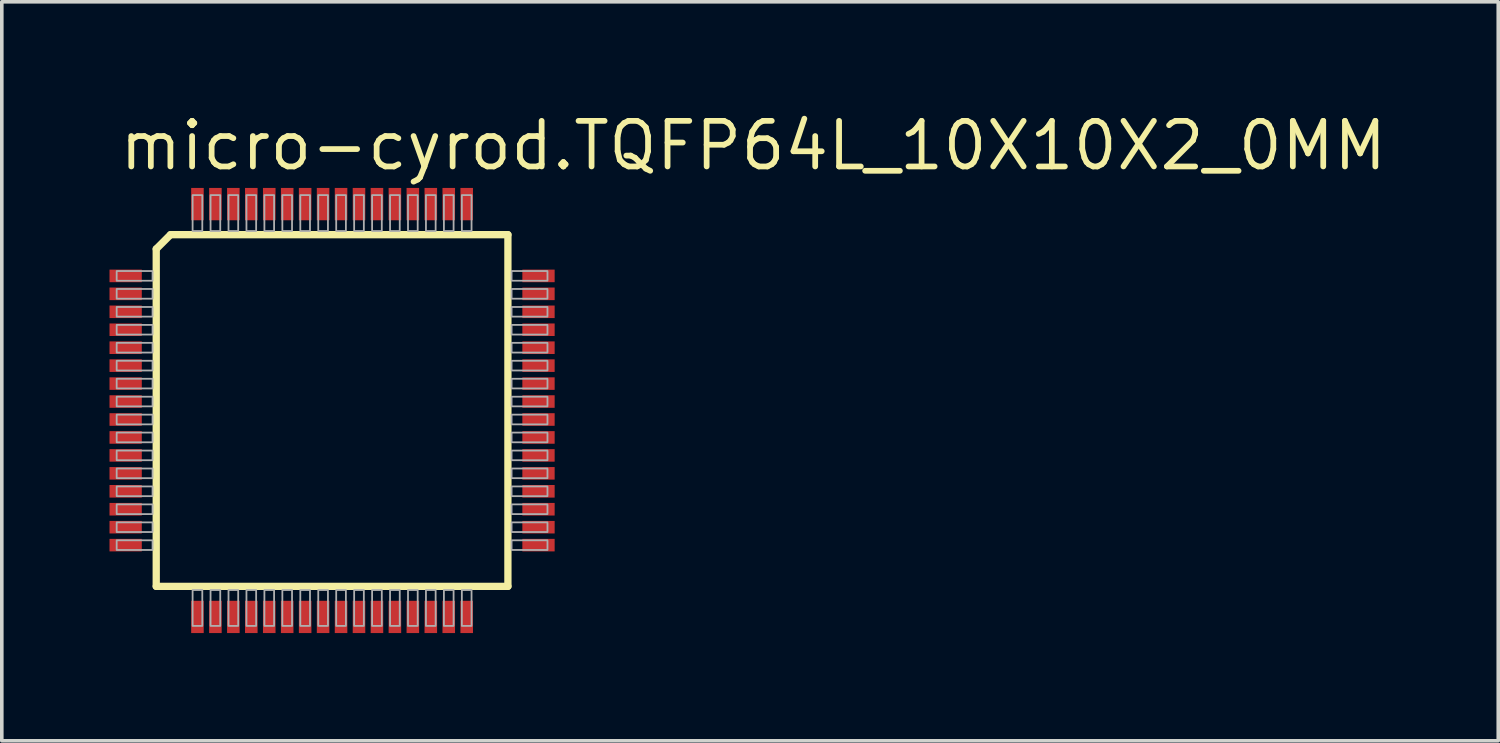
<source format=kicad_pcb>
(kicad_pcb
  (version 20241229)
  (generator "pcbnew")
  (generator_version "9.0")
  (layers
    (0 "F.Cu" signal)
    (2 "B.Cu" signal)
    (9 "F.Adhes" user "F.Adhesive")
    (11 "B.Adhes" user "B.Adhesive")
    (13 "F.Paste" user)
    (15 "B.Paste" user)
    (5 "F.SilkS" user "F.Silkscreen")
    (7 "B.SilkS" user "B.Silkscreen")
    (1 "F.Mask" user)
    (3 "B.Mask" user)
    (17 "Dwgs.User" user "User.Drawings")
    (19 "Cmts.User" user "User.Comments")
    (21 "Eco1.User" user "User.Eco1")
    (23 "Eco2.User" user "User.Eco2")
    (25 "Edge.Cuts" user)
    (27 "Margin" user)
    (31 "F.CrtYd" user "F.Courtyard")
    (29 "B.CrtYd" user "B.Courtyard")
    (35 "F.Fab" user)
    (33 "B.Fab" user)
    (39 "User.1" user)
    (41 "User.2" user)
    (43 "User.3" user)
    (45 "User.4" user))
  (footprint "micro-cyrod.TQFP64L_10X10X2_0MM"
    (layer "F.Cu")
    (at 6.2 8.385)
    (property "Reference" "micro-cyrod.TQFP64L_10X10X2_0MM" (at -6 -6.635 0) (layer "F.SilkS") (effects (font (size 1.27 1.27) (thickness 0.16)) (justify left bottom)))
    (attr smd)
    (fp_line (start -4.898 -4.5) (end -4.898 4.898) (stroke (width 0.203) (type default)) (layer "F.SilkS"))
    (fp_line (start -4.898 -4.5) (end -4.5 -4.898) (stroke (width 0.203) (type default)) (layer "F.SilkS"))
    (fp_line (start -4.898 4.898) (end 4.898 4.898) (stroke (width 0.203) (type default)) (layer "F.SilkS"))
    (fp_line (start 4.898 -4.898) (end -4.5 -4.898) (stroke (width 0.203) (type default)) (layer "F.SilkS"))
    (fp_line (start 4.898 4.898) (end 4.898 -4.898) (stroke (width 0.203) (type default)) (layer "F.SilkS"))
    (fp_rect (start -6 -3.615) (end -5 -3.885) (stroke (width 0.05) (type default)) (fill no) (layer "F.Fab"))
    (fp_rect (start -6 -3.115) (end -5 -3.385) (stroke (width 0.05) (type default)) (fill no) (layer "F.Fab"))
    (fp_rect (start -6 -2.615) (end -5 -2.885) (stroke (width 0.05) (type default)) (fill no) (layer "F.Fab"))
    (fp_rect (start -6 -2.115) (end -5 -2.385) (stroke (width 0.05) (type default)) (fill no) (layer "F.Fab"))
    (fp_rect (start -6 -1.615) (end -5 -1.885) (stroke (width 0.05) (type default)) (fill no) (layer "F.Fab"))
    (fp_rect (start -6 -1.115) (end -5 -1.385) (stroke (width 0.05) (type default)) (fill no) (layer "F.Fab"))
    (fp_rect (start -6 -0.615) (end -5 -0.885) (stroke (width 0.05) (type default)) (fill no) (layer "F.Fab"))
    (fp_rect (start -6 -0.115) (end -5 -0.385) (stroke (width 0.05) (type default)) (fill no) (layer "F.Fab"))
    (fp_rect (start -6 0.385) (end -5 0.115) (stroke (width 0.05) (type default)) (fill no) (layer "F.Fab"))
    (fp_rect (start -6 0.885) (end -5 0.615) (stroke (width 0.05) (type default)) (fill no) (layer "F.Fab"))
    (fp_rect (start -6 1.385) (end -5 1.115) (stroke (width 0.05) (type default)) (fill no) (layer "F.Fab"))
    (fp_rect (start -6 1.885) (end -5 1.615) (stroke (width 0.05) (type default)) (fill no) (layer "F.Fab"))
    (fp_rect (start -6 2.385) (end -5 2.115) (stroke (width 0.05) (type default)) (fill no) (layer "F.Fab"))
    (fp_rect (start -6 2.885) (end -5 2.615) (stroke (width 0.05) (type default)) (fill no) (layer "F.Fab"))
    (fp_rect (start -6 3.385) (end -5 3.115) (stroke (width 0.05) (type default)) (fill no) (layer "F.Fab"))
    (fp_rect (start -6 3.885) (end -5 3.615) (stroke (width 0.05) (type default)) (fill no) (layer "F.Fab"))
    (fp_rect (start -3.885 -5) (end -3.615 -6) (stroke (width 0.05) (type default)) (fill no) (layer "F.Fab"))
    (fp_rect (start -3.885 6) (end -3.615 5) (stroke (width 0.05) (type default)) (fill no) (layer "F.Fab"))
    (fp_rect (start -3.385 -5) (end -3.115 -6) (stroke (width 0.05) (type default)) (fill no) (layer "F.Fab"))
    (fp_rect (start -3.385 6) (end -3.115 5) (stroke (width 0.05) (type default)) (fill no) (layer "F.Fab"))
    (fp_rect (start -2.885 -5) (end -2.615 -6) (stroke (width 0.05) (type default)) (fill no) (layer "F.Fab"))
    (fp_rect (start -2.885 6) (end -2.615 5) (stroke (width 0.05) (type default)) (fill no) (layer "F.Fab"))
    (fp_rect (start -2.385 -5) (end -2.115 -6) (stroke (width 0.05) (type default)) (fill no) (layer "F.Fab"))
    (fp_rect (start -2.385 6) (end -2.115 5) (stroke (width 0.05) (type default)) (fill no) (layer "F.Fab"))
    (fp_rect (start -1.885 -5) (end -1.615 -6) (stroke (width 0.05) (type default)) (fill no) (layer "F.Fab"))
    (fp_rect (start -1.885 6) (end -1.615 5) (stroke (width 0.05) (type default)) (fill no) (layer "F.Fab"))
    (fp_rect (start -1.385 -5) (end -1.115 -6) (stroke (width 0.05) (type default)) (fill no) (layer "F.Fab"))
    (fp_rect (start -1.385 6) (end -1.115 5) (stroke (width 0.05) (type default)) (fill no) (layer "F.Fab"))
    (fp_rect (start -0.885 -5) (end -0.615 -6) (stroke (width 0.05) (type default)) (fill no) (layer "F.Fab"))
    (fp_rect (start -0.885 6) (end -0.615 5) (stroke (width 0.05) (type default)) (fill no) (layer "F.Fab"))
    (fp_rect (start -0.385 -5) (end -0.115 -6) (stroke (width 0.05) (type default)) (fill no) (layer "F.Fab"))
    (fp_rect (start -0.385 6) (end -0.115 5) (stroke (width 0.05) (type default)) (fill no) (layer "F.Fab"))
    (fp_rect (start 0.115 -5) (end 0.385 -6) (stroke (width 0.05) (type default)) (fill no) (layer "F.Fab"))
    (fp_rect (start 0.115 6) (end 0.385 5) (stroke (width 0.05) (type default)) (fill no) (layer "F.Fab"))
    (fp_rect (start 0.615 -5) (end 0.885 -6) (stroke (width 0.05) (type default)) (fill no) (layer "F.Fab"))
    (fp_rect (start 0.615 6) (end 0.885 5) (stroke (width 0.05) (type default)) (fill no) (layer "F.Fab"))
    (fp_rect (start 1.115 -5) (end 1.385 -6) (stroke (width 0.05) (type default)) (fill no) (layer "F.Fab"))
    (fp_rect (start 1.115 6) (end 1.385 5) (stroke (width 0.05) (type default)) (fill no) (layer "F.Fab"))
    (fp_rect (start 1.615 -5) (end 1.885 -6) (stroke (width 0.05) (type default)) (fill no) (layer "F.Fab"))
    (fp_rect (start 1.615 6) (end 1.885 5) (stroke (width 0.05) (type default)) (fill no) (layer "F.Fab"))
    (fp_rect (start 2.115 -5) (end 2.385 -6) (stroke (width 0.05) (type default)) (fill no) (layer "F.Fab"))
    (fp_rect (start 2.115 6) (end 2.385 5) (stroke (width 0.05) (type default)) (fill no) (layer "F.Fab"))
    (fp_rect (start 2.615 -5) (end 2.885 -6) (stroke (width 0.05) (type default)) (fill no) (layer "F.Fab"))
    (fp_rect (start 2.615 6) (end 2.885 5) (stroke (width 0.05) (type default)) (fill no) (layer "F.Fab"))
    (fp_rect (start 3.115 -5) (end 3.385 -6) (stroke (width 0.05) (type default)) (fill no) (layer "F.Fab"))
    (fp_rect (start 3.115 6) (end 3.385 5) (stroke (width 0.05) (type default)) (fill no) (layer "F.Fab"))
    (fp_rect (start 3.615 -5) (end 3.885 -6) (stroke (width 0.05) (type default)) (fill no) (layer "F.Fab"))
    (fp_rect (start 3.615 6) (end 3.885 5) (stroke (width 0.05) (type default)) (fill no) (layer "F.Fab"))
    (fp_rect (start 5 -3.615) (end 6 -3.885) (stroke (width 0.05) (type default)) (fill no) (layer "F.Fab"))
    (fp_rect (start 5 -3.115) (end 6 -3.385) (stroke (width 0.05) (type default)) (fill no) (layer "F.Fab"))
    (fp_rect (start 5 -2.615) (end 6 -2.885) (stroke (width 0.05) (type default)) (fill no) (layer "F.Fab"))
    (fp_rect (start 5 -2.115) (end 6 -2.385) (stroke (width 0.05) (type default)) (fill no) (layer "F.Fab"))
    (fp_rect (start 5 -1.615) (end 6 -1.885) (stroke (width 0.05) (type default)) (fill no) (layer "F.Fab"))
    (fp_rect (start 5 -1.115) (end 6 -1.385) (stroke (width 0.05) (type default)) (fill no) (layer "F.Fab"))
    (fp_rect (start 5 -0.615) (end 6 -0.885) (stroke (width 0.05) (type default)) (fill no) (layer "F.Fab"))
    (fp_rect (start 5 -0.115) (end 6 -0.385) (stroke (width 0.05) (type default)) (fill no) (layer "F.Fab"))
    (fp_rect (start 5 0.385) (end 6 0.115) (stroke (width 0.05) (type default)) (fill no) (layer "F.Fab"))
    (fp_rect (start 5 0.885) (end 6 0.615) (stroke (width 0.05) (type default)) (fill no) (layer "F.Fab"))
    (fp_rect (start 5 1.385) (end 6 1.115) (stroke (width 0.05) (type default)) (fill no) (layer "F.Fab"))
    (fp_rect (start 5 1.885) (end 6 1.615) (stroke (width 0.05) (type default)) (fill no) (layer "F.Fab"))
    (fp_rect (start 5 2.385) (end 6 2.115) (stroke (width 0.05) (type default)) (fill no) (layer "F.Fab"))
    (fp_rect (start 5 2.885) (end 6 2.615) (stroke (width 0.05) (type default)) (fill no) (layer "F.Fab"))
    (fp_rect (start 5 3.385) (end 6 3.115) (stroke (width 0.05) (type default)) (fill no) (layer "F.Fab"))
    (fp_rect (start 5 3.885) (end 6 3.615) (stroke (width 0.05) (type default)) (fill no) (layer "F.Fab"))
    (pad "1" smd roundrect (at -5.75 -3.75) (size 0.9 0.35) (layers "F.Cu" "F.Mask" "F.Paste") (roundrect_rratio 0.01))
    (pad "2" smd roundrect (at -5.75 -3.25) (size 0.9 0.35) (layers "F.Cu" "F.Mask" "F.Paste") (roundrect_rratio 0.01))
    (pad "3" smd roundrect (at -5.75 -2.75) (size 0.9 0.35) (layers "F.Cu" "F.Mask" "F.Paste") (roundrect_rratio 0.01))
    (pad "4" smd roundrect (at -5.75 -2.25) (size 0.9 0.35) (layers "F.Cu" "F.Mask" "F.Paste") (roundrect_rratio 0.01))
    (pad "5" smd roundrect (at -5.75 -1.75) (size 0.9 0.35) (layers "F.Cu" "F.Mask" "F.Paste") (roundrect_rratio 0.01))
    (pad "6" smd roundrect (at -5.75 -1.25) (size 0.9 0.35) (layers "F.Cu" "F.Mask" "F.Paste") (roundrect_rratio 0.01))
    (pad "7" smd roundrect (at -5.75 -0.75) (size 0.9 0.35) (layers "F.Cu" "F.Mask" "F.Paste") (roundrect_rratio 0.01))
    (pad "8" smd roundrect (at -5.75 -0.25) (size 0.9 0.35) (layers "F.Cu" "F.Mask" "F.Paste") (roundrect_rratio 0.01))
    (pad "9" smd roundrect (at -5.75 0.25) (size 0.9 0.35) (layers "F.Cu" "F.Mask" "F.Paste") (roundrect_rratio 0.01))
    (pad "10" smd roundrect (at -5.75 0.75) (size 0.9 0.35) (layers "F.Cu" "F.Mask" "F.Paste") (roundrect_rratio 0.01))
    (pad "11" smd roundrect (at -5.75 1.25) (size 0.9 0.35) (layers "F.Cu" "F.Mask" "F.Paste") (roundrect_rratio 0.01))
    (pad "12" smd roundrect (at -5.75 1.75) (size 0.9 0.35) (layers "F.Cu" "F.Mask" "F.Paste") (roundrect_rratio 0.01))
    (pad "13" smd roundrect (at -5.75 2.25) (size 0.9 0.35) (layers "F.Cu" "F.Mask" "F.Paste") (roundrect_rratio 0.01))
    (pad "14" smd roundrect (at -5.75 2.75) (size 0.9 0.35) (layers "F.Cu" "F.Mask" "F.Paste") (roundrect_rratio 0.01))
    (pad "15" smd roundrect (at -5.75 3.25) (size 0.9 0.35) (layers "F.Cu" "F.Mask" "F.Paste") (roundrect_rratio 0.01))
    (pad "16" smd roundrect (at -5.75 3.75) (size 0.9 0.35) (layers "F.Cu" "F.Mask" "F.Paste") (roundrect_rratio 0.01))
    (pad "17" smd roundrect (at -3.75 5.75) (size 0.35 0.9) (layers "F.Cu" "F.Mask" "F.Paste") (roundrect_rratio 0.01))
    (pad "18" smd roundrect (at -3.25 5.75) (size 0.35 0.9) (layers "F.Cu" "F.Mask" "F.Paste") (roundrect_rratio 0.01))
    (pad "19" smd roundrect (at -2.75 5.75) (size 0.35 0.9) (layers "F.Cu" "F.Mask" "F.Paste") (roundrect_rratio 0.01))
    (pad "20" smd roundrect (at -2.25 5.75) (size 0.35 0.9) (layers "F.Cu" "F.Mask" "F.Paste") (roundrect_rratio 0.01))
    (pad "21" smd roundrect (at -1.75 5.75) (size 0.35 0.9) (layers "F.Cu" "F.Mask" "F.Paste") (roundrect_rratio 0.01))
    (pad "22" smd roundrect (at -1.25 5.75) (size 0.35 0.9) (layers "F.Cu" "F.Mask" "F.Paste") (roundrect_rratio 0.01))
    (pad "23" smd roundrect (at -0.75 5.75) (size 0.35 0.9) (layers "F.Cu" "F.Mask" "F.Paste") (roundrect_rratio 0.01))
    (pad "24" smd roundrect (at -0.25 5.75) (size 0.35 0.9) (layers "F.Cu" "F.Mask" "F.Paste") (roundrect_rratio 0.01))
    (pad "25" smd roundrect (at 0.25 5.75) (size 0.35 0.9) (layers "F.Cu" "F.Mask" "F.Paste") (roundrect_rratio 0.01))
    (pad "26" smd roundrect (at 0.75 5.75) (size 0.35 0.9) (layers "F.Cu" "F.Mask" "F.Paste") (roundrect_rratio 0.01))
    (pad "27" smd roundrect (at 1.25 5.75) (size 0.35 0.9) (layers "F.Cu" "F.Mask" "F.Paste") (roundrect_rratio 0.01))
    (pad "28" smd roundrect (at 1.75 5.75) (size 0.35 0.9) (layers "F.Cu" "F.Mask" "F.Paste") (roundrect_rratio 0.01))
    (pad "29" smd roundrect (at 2.25 5.75) (size 0.35 0.9) (layers "F.Cu" "F.Mask" "F.Paste") (roundrect_rratio 0.01))
    (pad "30" smd roundrect (at 2.75 5.75) (size 0.35 0.9) (layers "F.Cu" "F.Mask" "F.Paste") (roundrect_rratio 0.01))
    (pad "31" smd roundrect (at 3.25 5.75) (size 0.35 0.9) (layers "F.Cu" "F.Mask" "F.Paste") (roundrect_rratio 0.01))
    (pad "32" smd roundrect (at 3.75 5.75) (size 0.35 0.9) (layers "F.Cu" "F.Mask" "F.Paste") (roundrect_rratio 0.01))
    (pad "33" smd roundrect (at 5.75 3.75) (size 0.9 0.35) (layers "F.Cu" "F.Mask" "F.Paste") (roundrect_rratio 0.01))
    (pad "34" smd roundrect (at 5.75 3.25) (size 0.9 0.35) (layers "F.Cu" "F.Mask" "F.Paste") (roundrect_rratio 0.01))
    (pad "35" smd roundrect (at 5.75 2.75) (size 0.9 0.35) (layers "F.Cu" "F.Mask" "F.Paste") (roundrect_rratio 0.01))
    (pad "36" smd roundrect (at 5.75 2.25) (size 0.9 0.35) (layers "F.Cu" "F.Mask" "F.Paste") (roundrect_rratio 0.01))
    (pad "37" smd roundrect (at 5.75 1.75) (size 0.9 0.35) (layers "F.Cu" "F.Mask" "F.Paste") (roundrect_rratio 0.01))
    (pad "38" smd roundrect (at 5.75 1.25) (size 0.9 0.35) (layers "F.Cu" "F.Mask" "F.Paste") (roundrect_rratio 0.01))
    (pad "39" smd roundrect (at 5.75 0.75) (size 0.9 0.35) (layers "F.Cu" "F.Mask" "F.Paste") (roundrect_rratio 0.01))
    (pad "40" smd roundrect (at 5.75 0.25) (size 0.9 0.35) (layers "F.Cu" "F.Mask" "F.Paste") (roundrect_rratio 0.01))
    (pad "41" smd roundrect (at 5.75 -0.25) (size 0.9 0.35) (layers "F.Cu" "F.Mask" "F.Paste") (roundrect_rratio 0.01))
    (pad "42" smd roundrect (at 5.75 -0.75) (size 0.9 0.35) (layers "F.Cu" "F.Mask" "F.Paste") (roundrect_rratio 0.01))
    (pad "43" smd roundrect (at 5.75 -1.25) (size 0.9 0.35) (layers "F.Cu" "F.Mask" "F.Paste") (roundrect_rratio 0.01))
    (pad "44" smd roundrect (at 5.75 -1.75) (size 0.9 0.35) (layers "F.Cu" "F.Mask" "F.Paste") (roundrect_rratio 0.01))
    (pad "45" smd roundrect (at 5.75 -2.25) (size 0.9 0.35) (layers "F.Cu" "F.Mask" "F.Paste") (roundrect_rratio 0.01))
    (pad "46" smd roundrect (at 5.75 -2.75) (size 0.9 0.35) (layers "F.Cu" "F.Mask" "F.Paste") (roundrect_rratio 0.01))
    (pad "47" smd roundrect (at 5.75 -3.25) (size 0.9 0.35) (layers "F.Cu" "F.Mask" "F.Paste") (roundrect_rratio 0.01))
    (pad "48" smd roundrect (at 5.75 -3.75) (size 0.9 0.35) (layers "F.Cu" "F.Mask" "F.Paste") (roundrect_rratio 0.01))
    (pad "49" smd roundrect (at 3.75 -5.75) (size 0.35 0.9) (layers "F.Cu" "F.Mask" "F.Paste") (roundrect_rratio 0.01))
    (pad "50" smd roundrect (at 3.25 -5.75) (size 0.35 0.9) (layers "F.Cu" "F.Mask" "F.Paste") (roundrect_rratio 0.01))
    (pad "51" smd roundrect (at 2.75 -5.75) (size 0.35 0.9) (layers "F.Cu" "F.Mask" "F.Paste") (roundrect_rratio 0.01))
    (pad "52" smd roundrect (at 2.25 -5.75) (size 0.35 0.9) (layers "F.Cu" "F.Mask" "F.Paste") (roundrect_rratio 0.01))
    (pad "53" smd roundrect (at 1.75 -5.75) (size 0.35 0.9) (layers "F.Cu" "F.Mask" "F.Paste") (roundrect_rratio 0.01))
    (pad "54" smd roundrect (at 1.25 -5.75) (size 0.35 0.9) (layers "F.Cu" "F.Mask" "F.Paste") (roundrect_rratio 0.01))
    (pad "55" smd roundrect (at 0.75 -5.75) (size 0.35 0.9) (layers "F.Cu" "F.Mask" "F.Paste") (roundrect_rratio 0.01))
    (pad "56" smd roundrect (at 0.25 -5.75) (size 0.35 0.9) (layers "F.Cu" "F.Mask" "F.Paste") (roundrect_rratio 0.01))
    (pad "57" smd roundrect (at -0.25 -5.75) (size 0.35 0.9) (layers "F.Cu" "F.Mask" "F.Paste") (roundrect_rratio 0.01))
    (pad "58" smd roundrect (at -0.75 -5.75) (size 0.35 0.9) (layers "F.Cu" "F.Mask" "F.Paste") (roundrect_rratio 0.01))
    (pad "59" smd roundrect (at -1.25 -5.75) (size 0.35 0.9) (layers "F.Cu" "F.Mask" "F.Paste") (roundrect_rratio 0.01))
    (pad "60" smd roundrect (at -1.75 -5.75) (size 0.35 0.9) (layers "F.Cu" "F.Mask" "F.Paste") (roundrect_rratio 0.01))
    (pad "61" smd roundrect (at -2.25 -5.75) (size 0.35 0.9) (layers "F.Cu" "F.Mask" "F.Paste") (roundrect_rratio 0.01))
    (pad "62" smd roundrect (at -2.75 -5.75) (size 0.35 0.9) (layers "F.Cu" "F.Mask" "F.Paste") (roundrect_rratio 0.01))
    (pad "63" smd roundrect (at -3.25 -5.75) (size 0.35 0.9) (layers "F.Cu" "F.Mask" "F.Paste") (roundrect_rratio 0.01))
    (pad "64" smd roundrect (at -3.75 -5.75) (size 0.35 0.9) (layers "F.Cu" "F.Mask" "F.Paste") (roundrect_rratio 0.01)))
  (gr_rect
    (start -3 -3)
    (end 38.684 17.585)
    (stroke (width 0.1) (type default))
    (fill no)
    (layer "Edge.Cuts")))
</source>
